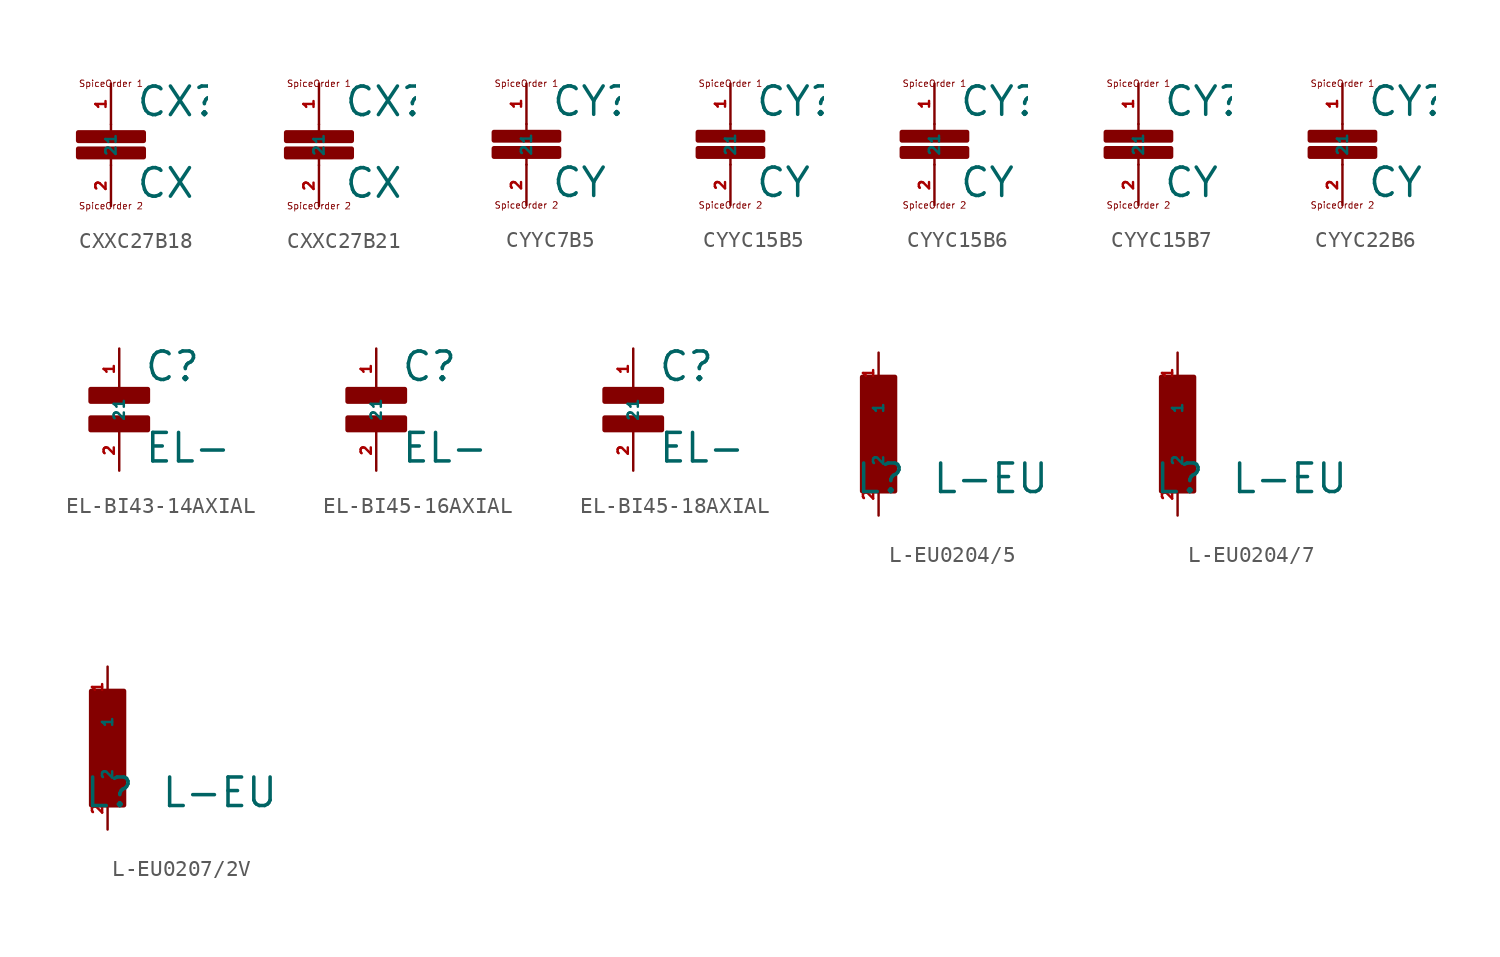
<source format=kicad_sym>
(kicad_symbol_lib
  (version 20220914)
  (generator Eagle2Kicad)
  (symbol "CXXC27B18"
    (property "Reference" "CX"
      (at 1.524 0.381 0)
      (effects (font (size 1.778 1.778) (thickness 0.22)) (justify left bottom)))
    (property "Value" "CX"
      (at 1.524 -4.699 0)
      (effects (font (size 1.778 1.778) (thickness 0.22)) (justify left bottom)))
    (polyline
      (pts (xy 0 0) (xy 0 -0.508))
      (stroke (width 0.152) (type default))
      (fill (type none)))
    (polyline
      (pts (xy 0 -2.54) (xy 0 -2.032))
      (stroke (width 0.152) (type default))
      (fill (type none)))
    (text "SpiceOrder 1"
      (at 0 2.54 0)
      (effects (font (size 0.406 0.406) (thickness 0.05))))
    (text "SpiceOrder 2"
      (at 0 -5.08 0)
      (effects (font (size 0.406 0.406) (thickness 0.05))))
    (rectangle
      (start -2.032 -2.032)
      (end 2.032 -1.524)
      (stroke (width 0.3) (type default))
      (fill (type outline)))
    (rectangle
      (start -2.032 -1.016)
      (end 2.032 -0.508)
      (stroke (width 0.3) (type default))
      (fill (type outline)))
    (pin passive line
      (at 0 2.54 270)
      (length 2.54)
      (name "1" (effects (font (size 0.635 0.635) (thickness 0.08)) (justify left bottom)))
      (number "1" (effects (font (size 0.635 0.635) (thickness 0.08)) (justify left bottom))))
    (pin passive line
      (at 0 -5.08 90)
      (length 2.54)
      (name "2" (effects (font (size 0.635 0.635) (thickness 0.08)) (justify left bottom)))
      (number "2" (effects (font (size 0.635 0.635) (thickness 0.08)) (justify left bottom)))))
  (symbol "CXXC27B21"
    (property "Reference" "CX"
      (at 1.524 0.381 0)
      (effects (font (size 1.778 1.778) (thickness 0.22)) (justify left bottom)))
    (property "Value" "CX"
      (at 1.524 -4.699 0)
      (effects (font (size 1.778 1.778) (thickness 0.22)) (justify left bottom)))
    (polyline
      (pts (xy 0 0) (xy 0 -0.508))
      (stroke (width 0.152) (type default))
      (fill (type none)))
    (polyline
      (pts (xy 0 -2.54) (xy 0 -2.032))
      (stroke (width 0.152) (type default))
      (fill (type none)))
    (text "SpiceOrder 1"
      (at 0 2.54 0)
      (effects (font (size 0.406 0.406) (thickness 0.05))))
    (text "SpiceOrder 2"
      (at 0 -5.08 0)
      (effects (font (size 0.406 0.406) (thickness 0.05))))
    (rectangle
      (start -2.032 -2.032)
      (end 2.032 -1.524)
      (stroke (width 0.3) (type default))
      (fill (type outline)))
    (rectangle
      (start -2.032 -1.016)
      (end 2.032 -0.508)
      (stroke (width 0.3) (type default))
      (fill (type outline)))
    (pin passive line
      (at 0 2.54 270)
      (length 2.54)
      (name "1" (effects (font (size 0.635 0.635) (thickness 0.08)) (justify left bottom)))
      (number "1" (effects (font (size 0.635 0.635) (thickness 0.08)) (justify left bottom))))
    (pin passive line
      (at 0 -5.08 90)
      (length 2.54)
      (name "2" (effects (font (size 0.635 0.635) (thickness 0.08)) (justify left bottom)))
      (number "2" (effects (font (size 0.635 0.635) (thickness 0.08)) (justify left bottom)))))
  (symbol "CYYC7B5"
    (property "Reference" "CY"
      (at 1.524 0.381 0)
      (effects (font (size 1.778 1.778) (thickness 0.22)) (justify left bottom)))
    (property "Value" "CY"
      (at 1.524 -4.699 0)
      (effects (font (size 1.778 1.778) (thickness 0.22)) (justify left bottom)))
    (polyline
      (pts (xy 0 0) (xy 0 -0.508))
      (stroke (width 0.152) (type default))
      (fill (type none)))
    (polyline
      (pts (xy 0 -2.54) (xy 0 -2.032))
      (stroke (width 0.152) (type default))
      (fill (type none)))
    (text "SpiceOrder 1"
      (at 0 2.54 0)
      (effects (font (size 0.406 0.406) (thickness 0.05))))
    (text "SpiceOrder 2"
      (at 0 -5.08 0)
      (effects (font (size 0.406 0.406) (thickness 0.05))))
    (rectangle
      (start -2.032 -2.032)
      (end 2.032 -1.524)
      (stroke (width 0.3) (type default))
      (fill (type outline)))
    (rectangle
      (start -2.032 -1.016)
      (end 2.032 -0.508)
      (stroke (width 0.3) (type default))
      (fill (type outline)))
    (pin passive line
      (at 0 2.54 270)
      (length 2.54)
      (name "1" (effects (font (size 0.635 0.635) (thickness 0.08)) (justify left bottom)))
      (number "1" (effects (font (size 0.635 0.635) (thickness 0.08)) (justify left bottom))))
    (pin passive line
      (at 0 -5.08 90)
      (length 2.54)
      (name "2" (effects (font (size 0.635 0.635) (thickness 0.08)) (justify left bottom)))
      (number "2" (effects (font (size 0.635 0.635) (thickness 0.08)) (justify left bottom)))))
  (symbol "CYYC15B5"
    (property "Reference" "CY"
      (at 1.524 0.381 0)
      (effects (font (size 1.778 1.778) (thickness 0.22)) (justify left bottom)))
    (property "Value" "CY"
      (at 1.524 -4.699 0)
      (effects (font (size 1.778 1.778) (thickness 0.22)) (justify left bottom)))
    (polyline
      (pts (xy 0 0) (xy 0 -0.508))
      (stroke (width 0.152) (type default))
      (fill (type none)))
    (polyline
      (pts (xy 0 -2.54) (xy 0 -2.032))
      (stroke (width 0.152) (type default))
      (fill (type none)))
    (text "SpiceOrder 1"
      (at 0 2.54 0)
      (effects (font (size 0.406 0.406) (thickness 0.05))))
    (text "SpiceOrder 2"
      (at 0 -5.08 0)
      (effects (font (size 0.406 0.406) (thickness 0.05))))
    (rectangle
      (start -2.032 -2.032)
      (end 2.032 -1.524)
      (stroke (width 0.3) (type default))
      (fill (type outline)))
    (rectangle
      (start -2.032 -1.016)
      (end 2.032 -0.508)
      (stroke (width 0.3) (type default))
      (fill (type outline)))
    (pin passive line
      (at 0 2.54 270)
      (length 2.54)
      (name "1" (effects (font (size 0.635 0.635) (thickness 0.08)) (justify left bottom)))
      (number "1" (effects (font (size 0.635 0.635) (thickness 0.08)) (justify left bottom))))
    (pin passive line
      (at 0 -5.08 90)
      (length 2.54)
      (name "2" (effects (font (size 0.635 0.635) (thickness 0.08)) (justify left bottom)))
      (number "2" (effects (font (size 0.635 0.635) (thickness 0.08)) (justify left bottom)))))
  (symbol "CYYC15B6"
    (property "Reference" "CY"
      (at 1.524 0.381 0)
      (effects (font (size 1.778 1.778) (thickness 0.22)) (justify left bottom)))
    (property "Value" "CY"
      (at 1.524 -4.699 0)
      (effects (font (size 1.778 1.778) (thickness 0.22)) (justify left bottom)))
    (polyline
      (pts (xy 0 0) (xy 0 -0.508))
      (stroke (width 0.152) (type default))
      (fill (type none)))
    (polyline
      (pts (xy 0 -2.54) (xy 0 -2.032))
      (stroke (width 0.152) (type default))
      (fill (type none)))
    (text "SpiceOrder 1"
      (at 0 2.54 0)
      (effects (font (size 0.406 0.406) (thickness 0.05))))
    (text "SpiceOrder 2"
      (at 0 -5.08 0)
      (effects (font (size 0.406 0.406) (thickness 0.05))))
    (rectangle
      (start -2.032 -2.032)
      (end 2.032 -1.524)
      (stroke (width 0.3) (type default))
      (fill (type outline)))
    (rectangle
      (start -2.032 -1.016)
      (end 2.032 -0.508)
      (stroke (width 0.3) (type default))
      (fill (type outline)))
    (pin passive line
      (at 0 2.54 270)
      (length 2.54)
      (name "1" (effects (font (size 0.635 0.635) (thickness 0.08)) (justify left bottom)))
      (number "1" (effects (font (size 0.635 0.635) (thickness 0.08)) (justify left bottom))))
    (pin passive line
      (at 0 -5.08 90)
      (length 2.54)
      (name "2" (effects (font (size 0.635 0.635) (thickness 0.08)) (justify left bottom)))
      (number "2" (effects (font (size 0.635 0.635) (thickness 0.08)) (justify left bottom)))))
  (symbol "CYYC15B7"
    (property "Reference" "CY"
      (at 1.524 0.381 0)
      (effects (font (size 1.778 1.778) (thickness 0.22)) (justify left bottom)))
    (property "Value" "CY"
      (at 1.524 -4.699 0)
      (effects (font (size 1.778 1.778) (thickness 0.22)) (justify left bottom)))
    (polyline
      (pts (xy 0 0) (xy 0 -0.508))
      (stroke (width 0.152) (type default))
      (fill (type none)))
    (polyline
      (pts (xy 0 -2.54) (xy 0 -2.032))
      (stroke (width 0.152) (type default))
      (fill (type none)))
    (text "SpiceOrder 1"
      (at 0 2.54 0)
      (effects (font (size 0.406 0.406) (thickness 0.05))))
    (text "SpiceOrder 2"
      (at 0 -5.08 0)
      (effects (font (size 0.406 0.406) (thickness 0.05))))
    (rectangle
      (start -2.032 -2.032)
      (end 2.032 -1.524)
      (stroke (width 0.3) (type default))
      (fill (type outline)))
    (rectangle
      (start -2.032 -1.016)
      (end 2.032 -0.508)
      (stroke (width 0.3) (type default))
      (fill (type outline)))
    (pin passive line
      (at 0 2.54 270)
      (length 2.54)
      (name "1" (effects (font (size 0.635 0.635) (thickness 0.08)) (justify left bottom)))
      (number "1" (effects (font (size 0.635 0.635) (thickness 0.08)) (justify left bottom))))
    (pin passive line
      (at 0 -5.08 90)
      (length 2.54)
      (name "2" (effects (font (size 0.635 0.635) (thickness 0.08)) (justify left bottom)))
      (number "2" (effects (font (size 0.635 0.635) (thickness 0.08)) (justify left bottom)))))
  (symbol "CYYC22B6"
    (property "Reference" "CY"
      (at 1.524 0.381 0)
      (effects (font (size 1.778 1.778) (thickness 0.22)) (justify left bottom)))
    (property "Value" "CY"
      (at 1.524 -4.699 0)
      (effects (font (size 1.778 1.778) (thickness 0.22)) (justify left bottom)))
    (polyline
      (pts (xy 0 0) (xy 0 -0.508))
      (stroke (width 0.152) (type default))
      (fill (type none)))
    (polyline
      (pts (xy 0 -2.54) (xy 0 -2.032))
      (stroke (width 0.152) (type default))
      (fill (type none)))
    (text "SpiceOrder 1"
      (at 0 2.54 0)
      (effects (font (size 0.406 0.406) (thickness 0.05))))
    (text "SpiceOrder 2"
      (at 0 -5.08 0)
      (effects (font (size 0.406 0.406) (thickness 0.05))))
    (rectangle
      (start -2.032 -2.032)
      (end 2.032 -1.524)
      (stroke (width 0.3) (type default))
      (fill (type outline)))
    (rectangle
      (start -2.032 -1.016)
      (end 2.032 -0.508)
      (stroke (width 0.3) (type default))
      (fill (type outline)))
    (pin passive line
      (at 0 2.54 270)
      (length 2.54)
      (name "1" (effects (font (size 0.635 0.635) (thickness 0.08)) (justify left bottom)))
      (number "1" (effects (font (size 0.635 0.635) (thickness 0.08)) (justify left bottom))))
    (pin passive line
      (at 0 -5.08 90)
      (length 2.54)
      (name "2" (effects (font (size 0.635 0.635) (thickness 0.08)) (justify left bottom)))
      (number "2" (effects (font (size 0.635 0.635) (thickness 0.08)) (justify left bottom)))))
  (symbol "EL-BI43-14AXIAL"
    (property "Reference" "C"
      (at 1.524 0.381 0)
      (effects (font (size 1.778 1.778) (thickness 0.22)) (justify left bottom)))
    (property "Value" "EL-"
      (at 1.524 -4.699 0)
      (effects (font (size 1.778 1.778) (thickness 0.22)) (justify left bottom)))
    (rectangle
      (start -1.778 -0.762)
      (end 1.778 0)
      (stroke (width 0.3) (type default))
      (fill (type outline)))
    (rectangle
      (start -1.778 -2.54)
      (end 1.778 -1.778)
      (stroke (width 0.3) (type default))
      (fill (type outline)))
    (pin passive line
      (at 0 2.54 270)
      (length 2.54)
      (name "1" (effects (font (size 0.635 0.635) (thickness 0.08)) (justify left bottom)))
      (number "1" (effects (font (size 0.635 0.635) (thickness 0.08)) (justify left bottom))))
    (pin passive line
      (at 0 -5.08 90)
      (length 2.54)
      (name "2" (effects (font (size 0.635 0.635) (thickness 0.08)) (justify left bottom)))
      (number "2" (effects (font (size 0.635 0.635) (thickness 0.08)) (justify left bottom)))))
  (symbol "EL-BI45-16AXIAL"
    (property "Reference" "C"
      (at 1.524 0.381 0)
      (effects (font (size 1.778 1.778) (thickness 0.22)) (justify left bottom)))
    (property "Value" "EL-"
      (at 1.524 -4.699 0)
      (effects (font (size 1.778 1.778) (thickness 0.22)) (justify left bottom)))
    (rectangle
      (start -1.778 -0.762)
      (end 1.778 0)
      (stroke (width 0.3) (type default))
      (fill (type outline)))
    (rectangle
      (start -1.778 -2.54)
      (end 1.778 -1.778)
      (stroke (width 0.3) (type default))
      (fill (type outline)))
    (pin passive line
      (at 0 2.54 270)
      (length 2.54)
      (name "1" (effects (font (size 0.635 0.635) (thickness 0.08)) (justify left bottom)))
      (number "1" (effects (font (size 0.635 0.635) (thickness 0.08)) (justify left bottom))))
    (pin passive line
      (at 0 -5.08 90)
      (length 2.54)
      (name "2" (effects (font (size 0.635 0.635) (thickness 0.08)) (justify left bottom)))
      (number "2" (effects (font (size 0.635 0.635) (thickness 0.08)) (justify left bottom)))))
  (symbol "EL-BI45-18AXIAL"
    (property "Reference" "C"
      (at 1.524 0.381 0)
      (effects (font (size 1.778 1.778) (thickness 0.22)) (justify left bottom)))
    (property "Value" "EL-"
      (at 1.524 -4.699 0)
      (effects (font (size 1.778 1.778) (thickness 0.22)) (justify left bottom)))
    (rectangle
      (start -1.778 -0.762)
      (end 1.778 0)
      (stroke (width 0.3) (type default))
      (fill (type outline)))
    (rectangle
      (start -1.778 -2.54)
      (end 1.778 -1.778)
      (stroke (width 0.3) (type default))
      (fill (type outline)))
    (pin passive line
      (at 0 2.54 270)
      (length 2.54)
      (name "1" (effects (font (size 0.635 0.635) (thickness 0.08)) (justify left bottom)))
      (number "1" (effects (font (size 0.635 0.635) (thickness 0.08)) (justify left bottom))))
    (pin passive line
      (at 0 -5.08 90)
      (length 2.54)
      (name "2" (effects (font (size 0.635 0.635) (thickness 0.08)) (justify left bottom)))
      (number "2" (effects (font (size 0.635 0.635) (thickness 0.08)) (justify left bottom)))))
  (symbol "L-EU0204/5"
    (property "Reference" "L"
      (at -1.499 -3.81 0)
      (effects (font (size 1.778 1.778) (thickness 0.22)) (justify left bottom)))
    (property "Value" "L-EU"
      (at 3.302 -3.81 0)
      (effects (font (size 1.778 1.778) (thickness 0.22)) (justify left bottom)))
    (rectangle
      (start -1.016 -3.556)
      (end 1.016 3.556)
      (stroke (width 0.3) (type default))
      (fill (type outline)))
    (pin passive line
      (at 0 -5.08 90)
      (length 2.54)
      (name "2" (effects (font (size 0.635 0.635) (thickness 0.08)) (justify left bottom)))
      (number "2" (effects (font (size 0.635 0.635) (thickness 0.08)) (justify left bottom))))
    (pin passive line
      (at 0 5.08 270)
      (length 2.54)
      (name "1" (effects (font (size 0.635 0.635) (thickness 0.08)) (justify left bottom)))
      (number "1" (effects (font (size 0.635 0.635) (thickness 0.08)) (justify left bottom)))))
  (symbol "L-EU0204/7"
    (property "Reference" "L"
      (at -1.499 -3.81 0)
      (effects (font (size 1.778 1.778) (thickness 0.22)) (justify left bottom)))
    (property "Value" "L-EU"
      (at 3.302 -3.81 0)
      (effects (font (size 1.778 1.778) (thickness 0.22)) (justify left bottom)))
    (rectangle
      (start -1.016 -3.556)
      (end 1.016 3.556)
      (stroke (width 0.3) (type default))
      (fill (type outline)))
    (pin passive line
      (at 0 -5.08 90)
      (length 2.54)
      (name "2" (effects (font (size 0.635 0.635) (thickness 0.08)) (justify left bottom)))
      (number "2" (effects (font (size 0.635 0.635) (thickness 0.08)) (justify left bottom))))
    (pin passive line
      (at 0 5.08 270)
      (length 2.54)
      (name "1" (effects (font (size 0.635 0.635) (thickness 0.08)) (justify left bottom)))
      (number "1" (effects (font (size 0.635 0.635) (thickness 0.08)) (justify left bottom)))))
  (symbol "L-EU0207/2V"
    (property "Reference" "L"
      (at -1.499 -3.81 0)
      (effects (font (size 1.778 1.778) (thickness 0.22)) (justify left bottom)))
    (property "Value" "L-EU"
      (at 3.302 -3.81 0)
      (effects (font (size 1.778 1.778) (thickness 0.22)) (justify left bottom)))
    (rectangle
      (start -1.016 -3.556)
      (end 1.016 3.556)
      (stroke (width 0.3) (type default))
      (fill (type outline)))
    (pin passive line
      (at 0 -5.08 90)
      (length 2.54)
      (name "2" (effects (font (size 0.635 0.635) (thickness 0.08)) (justify left bottom)))
      (number "2" (effects (font (size 0.635 0.635) (thickness 0.08)) (justify left bottom))))
    (pin passive line
      (at 0 5.08 270)
      (length 2.54)
      (name "1" (effects (font (size 0.635 0.635) (thickness 0.08)) (justify left bottom)))
      (number "1" (effects (font (size 0.635 0.635) (thickness 0.08)) (justify left bottom))))))
</source>
